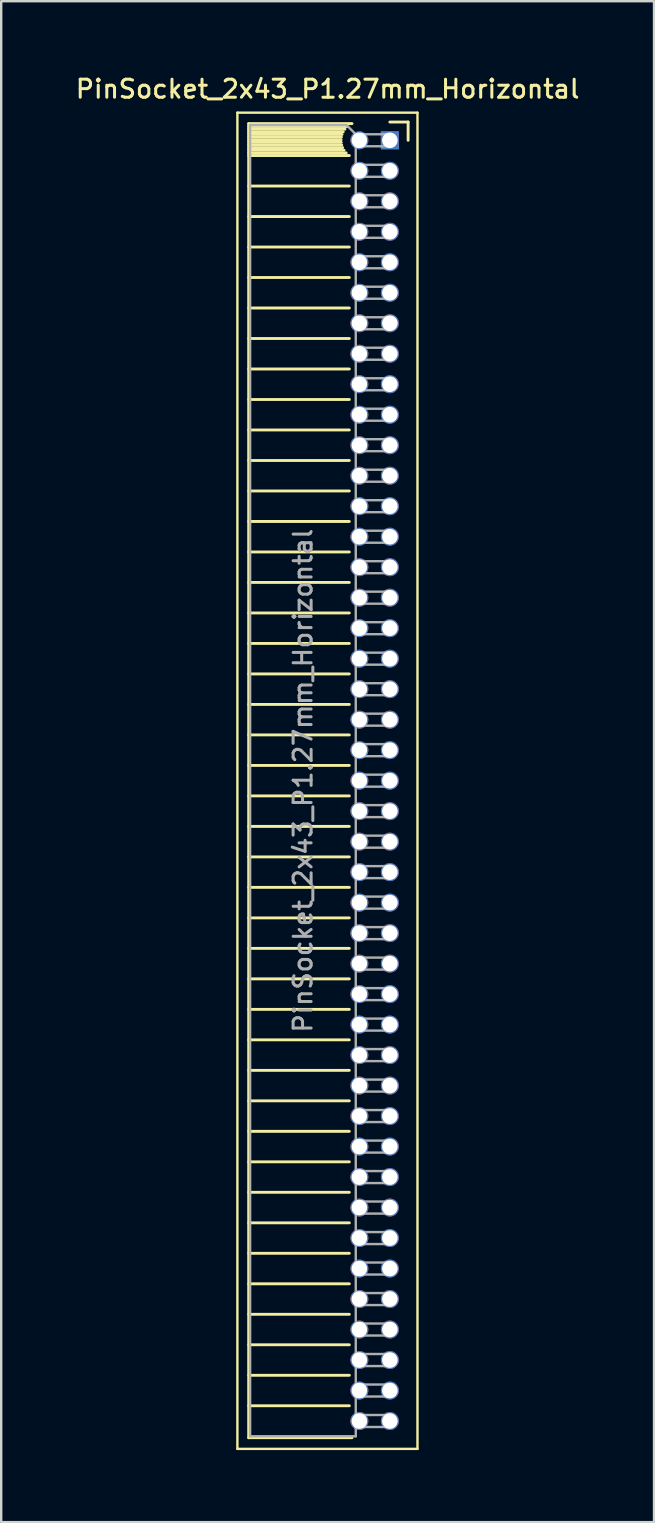
<source format=kicad_pcb>
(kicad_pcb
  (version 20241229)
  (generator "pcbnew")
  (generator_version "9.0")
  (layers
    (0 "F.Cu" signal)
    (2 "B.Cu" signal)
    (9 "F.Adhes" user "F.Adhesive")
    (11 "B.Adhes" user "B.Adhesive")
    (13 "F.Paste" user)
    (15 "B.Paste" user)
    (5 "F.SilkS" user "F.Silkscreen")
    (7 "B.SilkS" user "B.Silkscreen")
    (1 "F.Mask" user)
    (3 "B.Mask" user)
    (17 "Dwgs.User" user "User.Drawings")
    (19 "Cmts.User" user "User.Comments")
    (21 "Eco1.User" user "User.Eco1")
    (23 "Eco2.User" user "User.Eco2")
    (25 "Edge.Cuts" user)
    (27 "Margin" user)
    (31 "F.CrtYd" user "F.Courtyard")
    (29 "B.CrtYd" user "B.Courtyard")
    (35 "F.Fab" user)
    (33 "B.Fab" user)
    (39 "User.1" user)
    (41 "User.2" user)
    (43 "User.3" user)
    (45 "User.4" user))
  (footprint "PinSocket_2x43_P1.27mm_Horizontal"
    (layer "F.Cu")
    (at 13.187 2.793)
    (property "Reference" "PinSocket_2x43_P1.27mm_Horizontal" (at -2.592 -2.135 0) (layer "F.SilkS") (effects (font (size 0.75 0.75) (thickness 0.125))))
    (attr through_hole)
    (fp_line (start -6.35 -1.15) (end -6.35 54.5) (stroke (width 0.1) (type solid)) (layer "F.SilkS"))
    (fp_line (start -6.35 54.5) (end 1.15 54.5) (stroke (width 0.1) (type solid)) (layer "F.SilkS"))
    (fp_line (start -5.88 -0.695) (end -5.88 54.035) (stroke (width 0.12) (type solid)) (layer "F.SilkS"))
    (fp_line (start -5.88 -0.695) (end -1.578 -0.695) (stroke (width 0.12) (type solid)) (layer "F.SilkS"))
    (fp_line (start -5.88 -0.575) (end -1.767 -0.575) (stroke (width 0.12) (type solid)) (layer "F.SilkS"))
    (fp_line (start -5.88 -0.465) (end -1.871 -0.465) (stroke (width 0.12) (type solid)) (layer "F.SilkS"))
    (fp_line (start -5.88 -0.355) (end -1.942 -0.355) (stroke (width 0.12) (type solid)) (layer "F.SilkS"))
    (fp_line (start -5.88 -0.245) (end -1.989 -0.245) (stroke (width 0.12) (type solid)) (layer "F.SilkS"))
    (fp_line (start -5.88 -0.135) (end -2.018 -0.135) (stroke (width 0.12) (type solid)) (layer "F.SilkS"))
    (fp_line (start -5.88 -0.025) (end -2.03 -0.025) (stroke (width 0.12) (type solid)) (layer "F.SilkS"))
    (fp_line (start -5.88 0.085) (end -2.025 0.085) (stroke (width 0.12) (type solid)) (layer "F.SilkS"))
    (fp_line (start -5.88 0.195) (end -2.005 0.195) (stroke (width 0.12) (type solid)) (layer "F.SilkS"))
    (fp_line (start -5.88 0.305) (end -1.966 0.305) (stroke (width 0.12) (type solid)) (layer "F.SilkS"))
    (fp_line (start -5.88 0.415) (end -1.907 0.415) (stroke (width 0.12) (type solid)) (layer "F.SilkS"))
    (fp_line (start -5.88 0.525) (end -1.82 0.525) (stroke (width 0.12) (type solid)) (layer "F.SilkS"))
    (fp_line (start -5.88 0.635) (end -1.688 0.635) (stroke (width 0.12) (type solid)) (layer "F.SilkS"))
    (fp_line (start -5.88 1.905) (end -1.688 1.905) (stroke (width 0.12) (type solid)) (layer "F.SilkS"))
    (fp_line (start -5.88 3.175) (end -1.688 3.175) (stroke (width 0.12) (type solid)) (layer "F.SilkS"))
    (fp_line (start -5.88 4.445) (end -1.688 4.445) (stroke (width 0.12) (type solid)) (layer "F.SilkS"))
    (fp_line (start -5.88 5.715) (end -1.688 5.715) (stroke (width 0.12) (type solid)) (layer "F.SilkS"))
    (fp_line (start -5.88 6.985) (end -1.688 6.985) (stroke (width 0.12) (type solid)) (layer "F.SilkS"))
    (fp_line (start -5.88 8.255) (end -1.688 8.255) (stroke (width 0.12) (type solid)) (layer "F.SilkS"))
    (fp_line (start -5.88 9.525) (end -1.688 9.525) (stroke (width 0.12) (type solid)) (layer "F.SilkS"))
    (fp_line (start -5.88 10.795) (end -1.688 10.795) (stroke (width 0.12) (type solid)) (layer "F.SilkS"))
    (fp_line (start -5.88 12.065) (end -1.688 12.065) (stroke (width 0.12) (type solid)) (layer "F.SilkS"))
    (fp_line (start -5.88 13.335) (end -1.688 13.335) (stroke (width 0.12) (type solid)) (layer "F.SilkS"))
    (fp_line (start -5.88 14.605) (end -1.688 14.605) (stroke (width 0.12) (type solid)) (layer "F.SilkS"))
    (fp_line (start -5.88 15.875) (end -1.688 15.875) (stroke (width 0.12) (type solid)) (layer "F.SilkS"))
    (fp_line (start -5.88 17.145) (end -1.688 17.145) (stroke (width 0.12) (type solid)) (layer "F.SilkS"))
    (fp_line (start -5.88 18.415) (end -1.688 18.415) (stroke (width 0.12) (type solid)) (layer "F.SilkS"))
    (fp_line (start -5.88 19.685) (end -1.688 19.685) (stroke (width 0.12) (type solid)) (layer "F.SilkS"))
    (fp_line (start -5.88 20.955) (end -1.688 20.955) (stroke (width 0.12) (type solid)) (layer "F.SilkS"))
    (fp_line (start -5.88 22.225) (end -1.688 22.225) (stroke (width 0.12) (type solid)) (layer "F.SilkS"))
    (fp_line (start -5.88 23.495) (end -1.688 23.495) (stroke (width 0.12) (type solid)) (layer "F.SilkS"))
    (fp_line (start -5.88 24.765) (end -1.688 24.765) (stroke (width 0.12) (type solid)) (layer "F.SilkS"))
    (fp_line (start -5.88 26.035) (end -1.688 26.035) (stroke (width 0.12) (type solid)) (layer "F.SilkS"))
    (fp_line (start -5.88 27.305) (end -1.688 27.305) (stroke (width 0.12) (type solid)) (layer "F.SilkS"))
    (fp_line (start -5.88 28.575) (end -1.688 28.575) (stroke (width 0.12) (type solid)) (layer "F.SilkS"))
    (fp_line (start -5.88 29.845) (end -1.688 29.845) (stroke (width 0.12) (type solid)) (layer "F.SilkS"))
    (fp_line (start -5.88 31.115) (end -1.688 31.115) (stroke (width 0.12) (type solid)) (layer "F.SilkS"))
    (fp_line (start -5.88 32.385) (end -1.688 32.385) (stroke (width 0.12) (type solid)) (layer "F.SilkS"))
    (fp_line (start -5.88 33.655) (end -1.688 33.655) (stroke (width 0.12) (type solid)) (layer "F.SilkS"))
    (fp_line (start -5.88 34.925) (end -1.688 34.925) (stroke (width 0.12) (type solid)) (layer "F.SilkS"))
    (fp_line (start -5.88 36.195) (end -1.688 36.195) (stroke (width 0.12) (type solid)) (layer "F.SilkS"))
    (fp_line (start -5.88 37.465) (end -1.688 37.465) (stroke (width 0.12) (type solid)) (layer "F.SilkS"))
    (fp_line (start -5.88 38.735) (end -1.688 38.735) (stroke (width 0.12) (type solid)) (layer "F.SilkS"))
    (fp_line (start -5.88 40.005) (end -1.688 40.005) (stroke (width 0.12) (type solid)) (layer "F.SilkS"))
    (fp_line (start -5.88 41.275) (end -1.688 41.275) (stroke (width 0.12) (type solid)) (layer "F.SilkS"))
    (fp_line (start -5.88 42.545) (end -1.688 42.545) (stroke (width 0.12) (type solid)) (layer "F.SilkS"))
    (fp_line (start -5.88 43.815) (end -1.688 43.815) (stroke (width 0.12) (type solid)) (layer "F.SilkS"))
    (fp_line (start -5.88 45.085) (end -1.688 45.085) (stroke (width 0.12) (type solid)) (layer "F.SilkS"))
    (fp_line (start -5.88 46.355) (end -1.688 46.355) (stroke (width 0.12) (type solid)) (layer "F.SilkS"))
    (fp_line (start -5.88 47.625) (end -1.688 47.625) (stroke (width 0.12) (type solid)) (layer "F.SilkS"))
    (fp_line (start -5.88 48.895) (end -1.688 48.895) (stroke (width 0.12) (type solid)) (layer "F.SilkS"))
    (fp_line (start -5.88 50.165) (end -1.688 50.165) (stroke (width 0.12) (type solid)) (layer "F.SilkS"))
    (fp_line (start -5.88 51.435) (end -1.688 51.435) (stroke (width 0.12) (type solid)) (layer "F.SilkS"))
    (fp_line (start -5.88 52.705) (end -1.688 52.705) (stroke (width 0.12) (type solid)) (layer "F.SilkS"))
    (fp_line (start -5.88 54.035) (end -1.578 54.035) (stroke (width 0.12) (type solid)) (layer "F.SilkS"))
    (fp_line (start 0 -0.76) (end 0.76 -0.76) (stroke (width 0.12) (type solid)) (layer "F.SilkS"))
    (fp_line (start 0.76 -0.76) (end 0.76 0) (stroke (width 0.12) (type solid)) (layer "F.SilkS"))
    (fp_line (start 1.15 -1.15) (end -6.35 -1.15) (stroke (width 0.1) (type solid)) (layer "F.SilkS"))
    (fp_line (start 1.15 54.5) (end 1.15 -1.15) (stroke (width 0.1) (type solid)) (layer "F.SilkS"))
    (fp_line (start -5.82 -0.635) (end -1.805 -0.635) (stroke (width 0.1) (type solid)) (layer "F.Fab"))
    (fp_line (start -5.82 53.975) (end -5.82 -0.635) (stroke (width 0.1) (type solid)) (layer "F.Fab"))
    (fp_line (start -1.805 -0.635) (end -1.42 -0.25) (stroke (width 0.1) (type solid)) (layer "F.Fab"))
    (fp_line (start -1.42 -0.25) (end -1.42 53.975) (stroke (width 0.1) (type solid)) (layer "F.Fab"))
    (fp_line (start -1.42 0.25) (end 0 0.25) (stroke (width 0.1) (type solid)) (layer "F.Fab"))
    (fp_line (start -1.42 1.52) (end 0 1.52) (stroke (width 0.1) (type solid)) (layer "F.Fab"))
    (fp_line (start -1.42 2.79) (end 0 2.79) (stroke (width 0.1) (type solid)) (layer "F.Fab"))
    (fp_line (start -1.42 4.06) (end 0 4.06) (stroke (width 0.1) (type solid)) (layer "F.Fab"))
    (fp_line (start -1.42 5.33) (end 0 5.33) (stroke (width 0.1) (type solid)) (layer "F.Fab"))
    (fp_line (start -1.42 6.6) (end 0 6.6) (stroke (width 0.1) (type solid)) (layer "F.Fab"))
    (fp_line (start -1.42 7.87) (end 0 7.87) (stroke (width 0.1) (type solid)) (layer "F.Fab"))
    (fp_line (start -1.42 9.14) (end 0 9.14) (stroke (width 0.1) (type solid)) (layer "F.Fab"))
    (fp_line (start -1.42 10.41) (end 0 10.41) (stroke (width 0.1) (type solid)) (layer "F.Fab"))
    (fp_line (start -1.42 11.68) (end 0 11.68) (stroke (width 0.1) (type solid)) (layer "F.Fab"))
    (fp_line (start -1.42 12.95) (end 0 12.95) (stroke (width 0.1) (type solid)) (layer "F.Fab"))
    (fp_line (start -1.42 14.22) (end 0 14.22) (stroke (width 0.1) (type solid)) (layer "F.Fab"))
    (fp_line (start -1.42 15.49) (end 0 15.49) (stroke (width 0.1) (type solid)) (layer "F.Fab"))
    (fp_line (start -1.42 16.76) (end 0 16.76) (stroke (width 0.1) (type solid)) (layer "F.Fab"))
    (fp_line (start -1.42 18.03) (end 0 18.03) (stroke (width 0.1) (type solid)) (layer "F.Fab"))
    (fp_line (start -1.42 19.3) (end 0 19.3) (stroke (width 0.1) (type solid)) (layer "F.Fab"))
    (fp_line (start -1.42 20.57) (end 0 20.57) (stroke (width 0.1) (type solid)) (layer "F.Fab"))
    (fp_line (start -1.42 21.84) (end 0 21.84) (stroke (width 0.1) (type solid)) (layer "F.Fab"))
    (fp_line (start -1.42 23.11) (end 0 23.11) (stroke (width 0.1) (type solid)) (layer "F.Fab"))
    (fp_line (start -1.42 24.38) (end 0 24.38) (stroke (width 0.1) (type solid)) (layer "F.Fab"))
    (fp_line (start -1.42 25.65) (end 0 25.65) (stroke (width 0.1) (type solid)) (layer "F.Fab"))
    (fp_line (start -1.42 26.92) (end 0 26.92) (stroke (width 0.1) (type solid)) (layer "F.Fab"))
    (fp_line (start -1.42 28.19) (end 0 28.19) (stroke (width 0.1) (type solid)) (layer "F.Fab"))
    (fp_line (start -1.42 29.46) (end 0 29.46) (stroke (width 0.1) (type solid)) (layer "F.Fab"))
    (fp_line (start -1.42 30.73) (end 0 30.73) (stroke (width 0.1) (type solid)) (layer "F.Fab"))
    (fp_line (start -1.42 32) (end 0 32) (stroke (width 0.1) (type solid)) (layer "F.Fab"))
    (fp_line (start -1.42 33.27) (end 0 33.27) (stroke (width 0.1) (type solid)) (layer "F.Fab"))
    (fp_line (start -1.42 34.54) (end 0 34.54) (stroke (width 0.1) (type solid)) (layer "F.Fab"))
    (fp_line (start -1.42 35.81) (end 0 35.81) (stroke (width 0.1) (type solid)) (layer "F.Fab"))
    (fp_line (start -1.42 37.08) (end 0 37.08) (stroke (width 0.1) (type solid)) (layer "F.Fab"))
    (fp_line (start -1.42 38.35) (end 0 38.35) (stroke (width 0.1) (type solid)) (layer "F.Fab"))
    (fp_line (start -1.42 39.62) (end 0 39.62) (stroke (width 0.1) (type solid)) (layer "F.Fab"))
    (fp_line (start -1.42 40.89) (end 0 40.89) (stroke (width 0.1) (type solid)) (layer "F.Fab"))
    (fp_line (start -1.42 42.16) (end 0 42.16) (stroke (width 0.1) (type solid)) (layer "F.Fab"))
    (fp_line (start -1.42 43.43) (end 0 43.43) (stroke (width 0.1) (type solid)) (layer "F.Fab"))
    (fp_line (start -1.42 44.7) (end 0 44.7) (stroke (width 0.1) (type solid)) (layer "F.Fab"))
    (fp_line (start -1.42 45.97) (end 0 45.97) (stroke (width 0.1) (type solid)) (layer "F.Fab"))
    (fp_line (start -1.42 47.24) (end 0 47.24) (stroke (width 0.1) (type solid)) (layer "F.Fab"))
    (fp_line (start -1.42 48.51) (end 0 48.51) (stroke (width 0.1) (type solid)) (layer "F.Fab"))
    (fp_line (start -1.42 49.78) (end 0 49.78) (stroke (width 0.1) (type solid)) (layer "F.Fab"))
    (fp_line (start -1.42 51.05) (end 0 51.05) (stroke (width 0.1) (type solid)) (layer "F.Fab"))
    (fp_line (start -1.42 52.32) (end 0 52.32) (stroke (width 0.1) (type solid)) (layer "F.Fab"))
    (fp_line (start -1.42 53.59) (end 0 53.59) (stroke (width 0.1) (type solid)) (layer "F.Fab"))
    (fp_line (start -1.42 53.975) (end -5.82 53.975) (stroke (width 0.1) (type solid)) (layer "F.Fab"))
    (fp_line (start 0 -0.25) (end -1.42 -0.25) (stroke (width 0.1) (type solid)) (layer "F.Fab"))
    (fp_line (start 0 0.25) (end 0 -0.25) (stroke (width 0.1) (type solid)) (layer "F.Fab"))
    (fp_line (start 0 1.02) (end -1.42 1.02) (stroke (width 0.1) (type solid)) (layer "F.Fab"))
    (fp_line (start 0 1.52) (end 0 1.02) (stroke (width 0.1) (type solid)) (layer "F.Fab"))
    (fp_line (start 0 2.29) (end -1.42 2.29) (stroke (width 0.1) (type solid)) (layer "F.Fab"))
    (fp_line (start 0 2.79) (end 0 2.29) (stroke (width 0.1) (type solid)) (layer "F.Fab"))
    (fp_line (start 0 3.56) (end -1.42 3.56) (stroke (width 0.1) (type solid)) (layer "F.Fab"))
    (fp_line (start 0 4.06) (end 0 3.56) (stroke (width 0.1) (type solid)) (layer "F.Fab"))
    (fp_line (start 0 4.83) (end -1.42 4.83) (stroke (width 0.1) (type solid)) (layer "F.Fab"))
    (fp_line (start 0 5.33) (end 0 4.83) (stroke (width 0.1) (type solid)) (layer "F.Fab"))
    (fp_line (start 0 6.1) (end -1.42 6.1) (stroke (width 0.1) (type solid)) (layer "F.Fab"))
    (fp_line (start 0 6.6) (end 0 6.1) (stroke (width 0.1) (type solid)) (layer "F.Fab"))
    (fp_line (start 0 7.37) (end -1.42 7.37) (stroke (width 0.1) (type solid)) (layer "F.Fab"))
    (fp_line (start 0 7.87) (end 0 7.37) (stroke (width 0.1) (type solid)) (layer "F.Fab"))
    (fp_line (start 0 8.64) (end -1.42 8.64) (stroke (width 0.1) (type solid)) (layer "F.Fab"))
    (fp_line (start 0 9.14) (end 0 8.64) (stroke (width 0.1) (type solid)) (layer "F.Fab"))
    (fp_line (start 0 9.91) (end -1.42 9.91) (stroke (width 0.1) (type solid)) (layer "F.Fab"))
    (fp_line (start 0 10.41) (end 0 9.91) (stroke (width 0.1) (type solid)) (layer "F.Fab"))
    (fp_line (start 0 11.18) (end -1.42 11.18) (stroke (width 0.1) (type solid)) (layer "F.Fab"))
    (fp_line (start 0 11.68) (end 0 11.18) (stroke (width 0.1) (type solid)) (layer "F.Fab"))
    (fp_line (start 0 12.45) (end -1.42 12.45) (stroke (width 0.1) (type solid)) (layer "F.Fab"))
    (fp_line (start 0 12.95) (end 0 12.45) (stroke (width 0.1) (type solid)) (layer "F.Fab"))
    (fp_line (start 0 13.72) (end -1.42 13.72) (stroke (width 0.1) (type solid)) (layer "F.Fab"))
    (fp_line (start 0 14.22) (end 0 13.72) (stroke (width 0.1) (type solid)) (layer "F.Fab"))
    (fp_line (start 0 14.99) (end -1.42 14.99) (stroke (width 0.1) (type solid)) (layer "F.Fab"))
    (fp_line (start 0 15.49) (end 0 14.99) (stroke (width 0.1) (type solid)) (layer "F.Fab"))
    (fp_line (start 0 16.26) (end -1.42 16.26) (stroke (width 0.1) (type solid)) (layer "F.Fab"))
    (fp_line (start 0 16.76) (end 0 16.26) (stroke (width 0.1) (type solid)) (layer "F.Fab"))
    (fp_line (start 0 17.53) (end -1.42 17.53) (stroke (width 0.1) (type solid)) (layer "F.Fab"))
    (fp_line (start 0 18.03) (end 0 17.53) (stroke (width 0.1) (type solid)) (layer "F.Fab"))
    (fp_line (start 0 18.8) (end -1.42 18.8) (stroke (width 0.1) (type solid)) (layer "F.Fab"))
    (fp_line (start 0 19.3) (end 0 18.8) (stroke (width 0.1) (type solid)) (layer "F.Fab"))
    (fp_line (start 0 20.07) (end -1.42 20.07) (stroke (width 0.1) (type solid)) (layer "F.Fab"))
    (fp_line (start 0 20.57) (end 0 20.07) (stroke (width 0.1) (type solid)) (layer "F.Fab"))
    (fp_line (start 0 21.34) (end -1.42 21.34) (stroke (width 0.1) (type solid)) (layer "F.Fab"))
    (fp_line (start 0 21.84) (end 0 21.34) (stroke (width 0.1) (type solid)) (layer "F.Fab"))
    (fp_line (start 0 22.61) (end -1.42 22.61) (stroke (width 0.1) (type solid)) (layer "F.Fab"))
    (fp_line (start 0 23.11) (end 0 22.61) (stroke (width 0.1) (type solid)) (layer "F.Fab"))
    (fp_line (start 0 23.88) (end -1.42 23.88) (stroke (width 0.1) (type solid)) (layer "F.Fab"))
    (fp_line (start 0 24.38) (end 0 23.88) (stroke (width 0.1) (type solid)) (layer "F.Fab"))
    (fp_line (start 0 25.15) (end -1.42 25.15) (stroke (width 0.1) (type solid)) (layer "F.Fab"))
    (fp_line (start 0 25.65) (end 0 25.15) (stroke (width 0.1) (type solid)) (layer "F.Fab"))
    (fp_line (start 0 26.42) (end -1.42 26.42) (stroke (width 0.1) (type solid)) (layer "F.Fab"))
    (fp_line (start 0 26.92) (end 0 26.42) (stroke (width 0.1) (type solid)) (layer "F.Fab"))
    (fp_line (start 0 27.69) (end -1.42 27.69) (stroke (width 0.1) (type solid)) (layer "F.Fab"))
    (fp_line (start 0 28.19) (end 0 27.69) (stroke (width 0.1) (type solid)) (layer "F.Fab"))
    (fp_line (start 0 28.96) (end -1.42 28.96) (stroke (width 0.1) (type solid)) (layer "F.Fab"))
    (fp_line (start 0 29.46) (end 0 28.96) (stroke (width 0.1) (type solid)) (layer "F.Fab"))
    (fp_line (start 0 30.23) (end -1.42 30.23) (stroke (width 0.1) (type solid)) (layer "F.Fab"))
    (fp_line (start 0 30.73) (end 0 30.23) (stroke (width 0.1) (type solid)) (layer "F.Fab"))
    (fp_line (start 0 31.5) (end -1.42 31.5) (stroke (width 0.1) (type solid)) (layer "F.Fab"))
    (fp_line (start 0 32) (end 0 31.5) (stroke (width 0.1) (type solid)) (layer "F.Fab"))
    (fp_line (start 0 32.77) (end -1.42 32.77) (stroke (width 0.1) (type solid)) (layer "F.Fab"))
    (fp_line (start 0 33.27) (end 0 32.77) (stroke (width 0.1) (type solid)) (layer "F.Fab"))
    (fp_line (start 0 34.04) (end -1.42 34.04) (stroke (width 0.1) (type solid)) (layer "F.Fab"))
    (fp_line (start 0 34.54) (end 0 34.04) (stroke (width 0.1) (type solid)) (layer "F.Fab"))
    (fp_line (start 0 35.31) (end -1.42 35.31) (stroke (width 0.1) (type solid)) (layer "F.Fab"))
    (fp_line (start 0 35.81) (end 0 35.31) (stroke (width 0.1) (type solid)) (layer "F.Fab"))
    (fp_line (start 0 36.58) (end -1.42 36.58) (stroke (width 0.1) (type solid)) (layer "F.Fab"))
    (fp_line (start 0 37.08) (end 0 36.58) (stroke (width 0.1) (type solid)) (layer "F.Fab"))
    (fp_line (start 0 37.85) (end -1.42 37.85) (stroke (width 0.1) (type solid)) (layer "F.Fab"))
    (fp_line (start 0 38.35) (end 0 37.85) (stroke (width 0.1) (type solid)) (layer "F.Fab"))
    (fp_line (start 0 39.12) (end -1.42 39.12) (stroke (width 0.1) (type solid)) (layer "F.Fab"))
    (fp_line (start 0 39.62) (end 0 39.12) (stroke (width 0.1) (type solid)) (layer "F.Fab"))
    (fp_line (start 0 40.39) (end -1.42 40.39) (stroke (width 0.1) (type solid)) (layer "F.Fab"))
    (fp_line (start 0 40.89) (end 0 40.39) (stroke (width 0.1) (type solid)) (layer "F.Fab"))
    (fp_line (start 0 41.66) (end -1.42 41.66) (stroke (width 0.1) (type solid)) (layer "F.Fab"))
    (fp_line (start 0 42.16) (end 0 41.66) (stroke (width 0.1) (type solid)) (layer "F.Fab"))
    (fp_line (start 0 42.93) (end -1.42 42.93) (stroke (width 0.1) (type solid)) (layer "F.Fab"))
    (fp_line (start 0 43.43) (end 0 42.93) (stroke (width 0.1) (type solid)) (layer "F.Fab"))
    (fp_line (start 0 44.2) (end -1.42 44.2) (stroke (width 0.1) (type solid)) (layer "F.Fab"))
    (fp_line (start 0 44.7) (end 0 44.2) (stroke (width 0.1) (type solid)) (layer "F.Fab"))
    (fp_line (start 0 45.47) (end -1.42 45.47) (stroke (width 0.1) (type solid)) (layer "F.Fab"))
    (fp_line (start 0 45.97) (end 0 45.47) (stroke (width 0.1) (type solid)) (layer "F.Fab"))
    (fp_line (start 0 46.74) (end -1.42 46.74) (stroke (width 0.1) (type solid)) (layer "F.Fab"))
    (fp_line (start 0 47.24) (end 0 46.74) (stroke (width 0.1) (type solid)) (layer "F.Fab"))
    (fp_line (start 0 48.01) (end -1.42 48.01) (stroke (width 0.1) (type solid)) (layer "F.Fab"))
    (fp_line (start 0 48.51) (end 0 48.01) (stroke (width 0.1) (type solid)) (layer "F.Fab"))
    (fp_line (start 0 49.28) (end -1.42 49.28) (stroke (width 0.1) (type solid)) (layer "F.Fab"))
    (fp_line (start 0 49.78) (end 0 49.28) (stroke (width 0.1) (type solid)) (layer "F.Fab"))
    (fp_line (start 0 50.55) (end -1.42 50.55) (stroke (width 0.1) (type solid)) (layer "F.Fab"))
    (fp_line (start 0 51.05) (end 0 50.55) (stroke (width 0.1) (type solid)) (layer "F.Fab"))
    (fp_line (start 0 51.82) (end -1.42 51.82) (stroke (width 0.1) (type solid)) (layer "F.Fab"))
    (fp_line (start 0 52.32) (end 0 51.82) (stroke (width 0.1) (type solid)) (layer "F.Fab"))
    (fp_line (start 0 53.09) (end -1.42 53.09) (stroke (width 0.1) (type solid)) (layer "F.Fab"))
    (fp_line (start 0 53.59) (end 0 53.09) (stroke (width 0.1) (type solid)) (layer "F.Fab"))
    (fp_text user "${REFERENCE}" (at -3.62 26.67 90) (layer "F.Fab") (effects (font (size 0.75 0.75) (thickness 0.125))))
    (pad "1" thru_hole rect (at 0 0) (size 0.75 0.75) (drill 0.65) (layers "*.Cu" "*.Mask"))
    (pad "2" thru_hole oval (at -1.27 0) (size 0.75 0.75) (drill 0.65) (layers "*.Cu" "*.Mask"))
    (pad "3" thru_hole oval (at 0 1.27) (size 0.75 0.75) (drill 0.65) (layers "*.Cu" "*.Mask"))
    (pad "4" thru_hole oval (at -1.27 1.27) (size 0.75 0.75) (drill 0.65) (layers "*.Cu" "*.Mask"))
    (pad "5" thru_hole oval (at 0 2.54) (size 0.75 0.75) (drill 0.65) (layers "*.Cu" "*.Mask"))
    (pad "6" thru_hole oval (at -1.27 2.54) (size 0.75 0.75) (drill 0.65) (layers "*.Cu" "*.Mask"))
    (pad "7" thru_hole oval (at 0 3.81) (size 0.75 0.75) (drill 0.65) (layers "*.Cu" "*.Mask"))
    (pad "8" thru_hole oval (at -1.27 3.81) (size 0.75 0.75) (drill 0.65) (layers "*.Cu" "*.Mask"))
    (pad "9" thru_hole oval (at 0 5.08) (size 0.75 0.75) (drill 0.65) (layers "*.Cu" "*.Mask"))
    (pad "10" thru_hole oval (at -1.27 5.08) (size 0.75 0.75) (drill 0.65) (layers "*.Cu" "*.Mask"))
    (pad "11" thru_hole oval (at 0 6.35) (size 0.75 0.75) (drill 0.65) (layers "*.Cu" "*.Mask"))
    (pad "12" thru_hole oval (at -1.27 6.35) (size 0.75 0.75) (drill 0.65) (layers "*.Cu" "*.Mask"))
    (pad "13" thru_hole oval (at 0 7.62) (size 0.75 0.75) (drill 0.65) (layers "*.Cu" "*.Mask"))
    (pad "14" thru_hole oval (at -1.27 7.62) (size 0.75 0.75) (drill 0.65) (layers "*.Cu" "*.Mask"))
    (pad "15" thru_hole oval (at 0 8.89) (size 0.75 0.75) (drill 0.65) (layers "*.Cu" "*.Mask"))
    (pad "16" thru_hole oval (at -1.27 8.89) (size 0.75 0.75) (drill 0.65) (layers "*.Cu" "*.Mask"))
    (pad "17" thru_hole oval (at 0 10.16) (size 0.75 0.75) (drill 0.65) (layers "*.Cu" "*.Mask"))
    (pad "18" thru_hole oval (at -1.27 10.16) (size 0.75 0.75) (drill 0.65) (layers "*.Cu" "*.Mask"))
    (pad "19" thru_hole oval (at 0 11.43) (size 0.75 0.75) (drill 0.65) (layers "*.Cu" "*.Mask"))
    (pad "20" thru_hole oval (at -1.27 11.43) (size 0.75 0.75) (drill 0.65) (layers "*.Cu" "*.Mask"))
    (pad "21" thru_hole oval (at 0 12.7) (size 0.75 0.75) (drill 0.65) (layers "*.Cu" "*.Mask"))
    (pad "22" thru_hole oval (at -1.27 12.7) (size 0.75 0.75) (drill 0.65) (layers "*.Cu" "*.Mask"))
    (pad "23" thru_hole oval (at 0 13.97) (size 0.75 0.75) (drill 0.65) (layers "*.Cu" "*.Mask"))
    (pad "24" thru_hole oval (at -1.27 13.97) (size 0.75 0.75) (drill 0.65) (layers "*.Cu" "*.Mask"))
    (pad "25" thru_hole oval (at 0 15.24) (size 0.75 0.75) (drill 0.65) (layers "*.Cu" "*.Mask"))
    (pad "26" thru_hole oval (at -1.27 15.24) (size 0.75 0.75) (drill 0.65) (layers "*.Cu" "*.Mask"))
    (pad "27" thru_hole oval (at 0 16.51) (size 0.75 0.75) (drill 0.65) (layers "*.Cu" "*.Mask"))
    (pad "28" thru_hole oval (at -1.27 16.51) (size 0.75 0.75) (drill 0.65) (layers "*.Cu" "*.Mask"))
    (pad "29" thru_hole oval (at 0 17.78) (size 0.75 0.75) (drill 0.65) (layers "*.Cu" "*.Mask"))
    (pad "30" thru_hole oval (at -1.27 17.78) (size 0.75 0.75) (drill 0.65) (layers "*.Cu" "*.Mask"))
    (pad "31" thru_hole oval (at 0 19.05) (size 0.75 0.75) (drill 0.65) (layers "*.Cu" "*.Mask"))
    (pad "32" thru_hole oval (at -1.27 19.05) (size 0.75 0.75) (drill 0.65) (layers "*.Cu" "*.Mask"))
    (pad "33" thru_hole oval (at 0 20.32) (size 0.75 0.75) (drill 0.65) (layers "*.Cu" "*.Mask"))
    (pad "34" thru_hole oval (at -1.27 20.32) (size 0.75 0.75) (drill 0.65) (layers "*.Cu" "*.Mask"))
    (pad "35" thru_hole oval (at 0 21.59) (size 0.75 0.75) (drill 0.65) (layers "*.Cu" "*.Mask"))
    (pad "36" thru_hole oval (at -1.27 21.59) (size 0.75 0.75) (drill 0.65) (layers "*.Cu" "*.Mask"))
    (pad "37" thru_hole oval (at 0 22.86) (size 0.75 0.75) (drill 0.65) (layers "*.Cu" "*.Mask"))
    (pad "38" thru_hole oval (at -1.27 22.86) (size 0.75 0.75) (drill 0.65) (layers "*.Cu" "*.Mask"))
    (pad "39" thru_hole oval (at 0 24.13) (size 0.75 0.75) (drill 0.65) (layers "*.Cu" "*.Mask"))
    (pad "40" thru_hole oval (at -1.27 24.13) (size 0.75 0.75) (drill 0.65) (layers "*.Cu" "*.Mask"))
    (pad "41" thru_hole oval (at 0 25.4) (size 0.75 0.75) (drill 0.65) (layers "*.Cu" "*.Mask"))
    (pad "42" thru_hole oval (at -1.27 25.4) (size 0.75 0.75) (drill 0.65) (layers "*.Cu" "*.Mask"))
    (pad "43" thru_hole oval (at 0 26.67) (size 0.75 0.75) (drill 0.65) (layers "*.Cu" "*.Mask"))
    (pad "44" thru_hole oval (at -1.27 26.67) (size 0.75 0.75) (drill 0.65) (layers "*.Cu" "*.Mask"))
    (pad "45" thru_hole oval (at 0 27.94) (size 0.75 0.75) (drill 0.65) (layers "*.Cu" "*.Mask"))
    (pad "46" thru_hole oval (at -1.27 27.94) (size 0.75 0.75) (drill 0.65) (layers "*.Cu" "*.Mask"))
    (pad "47" thru_hole oval (at 0 29.21) (size 0.75 0.75) (drill 0.65) (layers "*.Cu" "*.Mask"))
    (pad "48" thru_hole oval (at -1.27 29.21) (size 0.75 0.75) (drill 0.65) (layers "*.Cu" "*.Mask"))
    (pad "49" thru_hole oval (at 0 30.48) (size 0.75 0.75) (drill 0.65) (layers "*.Cu" "*.Mask"))
    (pad "50" thru_hole oval (at -1.27 30.48) (size 0.75 0.75) (drill 0.65) (layers "*.Cu" "*.Mask"))
    (pad "51" thru_hole oval (at 0 31.75) (size 0.75 0.75) (drill 0.65) (layers "*.Cu" "*.Mask"))
    (pad "52" thru_hole oval (at -1.27 31.75) (size 0.75 0.75) (drill 0.65) (layers "*.Cu" "*.Mask"))
    (pad "53" thru_hole oval (at 0 33.02) (size 0.75 0.75) (drill 0.65) (layers "*.Cu" "*.Mask"))
    (pad "54" thru_hole oval (at -1.27 33.02) (size 0.75 0.75) (drill 0.65) (layers "*.Cu" "*.Mask"))
    (pad "55" thru_hole oval (at 0 34.29) (size 0.75 0.75) (drill 0.65) (layers "*.Cu" "*.Mask"))
    (pad "56" thru_hole oval (at -1.27 34.29) (size 0.75 0.75) (drill 0.65) (layers "*.Cu" "*.Mask"))
    (pad "57" thru_hole oval (at 0 35.56) (size 0.75 0.75) (drill 0.65) (layers "*.Cu" "*.Mask"))
    (pad "58" thru_hole oval (at -1.27 35.56) (size 0.75 0.75) (drill 0.65) (layers "*.Cu" "*.Mask"))
    (pad "59" thru_hole oval (at 0 36.83) (size 0.75 0.75) (drill 0.65) (layers "*.Cu" "*.Mask"))
    (pad "60" thru_hole oval (at -1.27 36.83) (size 0.75 0.75) (drill 0.65) (layers "*.Cu" "*.Mask"))
    (pad "61" thru_hole oval (at 0 38.1) (size 0.75 0.75) (drill 0.65) (layers "*.Cu" "*.Mask"))
    (pad "62" thru_hole oval (at -1.27 38.1) (size 0.75 0.75) (drill 0.65) (layers "*.Cu" "*.Mask"))
    (pad "63" thru_hole oval (at 0 39.37) (size 0.75 0.75) (drill 0.65) (layers "*.Cu" "*.Mask"))
    (pad "64" thru_hole oval (at -1.27 39.37) (size 0.75 0.75) (drill 0.65) (layers "*.Cu" "*.Mask"))
    (pad "65" thru_hole oval (at 0 40.64) (size 0.75 0.75) (drill 0.65) (layers "*.Cu" "*.Mask"))
    (pad "66" thru_hole oval (at -1.27 40.64) (size 0.75 0.75) (drill 0.65) (layers "*.Cu" "*.Mask"))
    (pad "67" thru_hole oval (at 0 41.91) (size 0.75 0.75) (drill 0.65) (layers "*.Cu" "*.Mask"))
    (pad "68" thru_hole oval (at -1.27 41.91) (size 0.75 0.75) (drill 0.65) (layers "*.Cu" "*.Mask"))
    (pad "69" thru_hole oval (at 0 43.18) (size 0.75 0.75) (drill 0.65) (layers "*.Cu" "*.Mask"))
    (pad "70" thru_hole oval (at -1.27 43.18) (size 0.75 0.75) (drill 0.65) (layers "*.Cu" "*.Mask"))
    (pad "71" thru_hole oval (at 0 44.45) (size 0.75 0.75) (drill 0.65) (layers "*.Cu" "*.Mask"))
    (pad "72" thru_hole oval (at -1.27 44.45) (size 0.75 0.75) (drill 0.65) (layers "*.Cu" "*.Mask"))
    (pad "73" thru_hole oval (at 0 45.72) (size 0.75 0.75) (drill 0.65) (layers "*.Cu" "*.Mask"))
    (pad "74" thru_hole oval (at -1.27 45.72) (size 0.75 0.75) (drill 0.65) (layers "*.Cu" "*.Mask"))
    (pad "75" thru_hole oval (at 0 46.99) (size 0.75 0.75) (drill 0.65) (layers "*.Cu" "*.Mask"))
    (pad "76" thru_hole oval (at -1.27 46.99) (size 0.75 0.75) (drill 0.65) (layers "*.Cu" "*.Mask"))
    (pad "77" thru_hole oval (at 0 48.26) (size 0.75 0.75) (drill 0.65) (layers "*.Cu" "*.Mask"))
    (pad "78" thru_hole oval (at -1.27 48.26) (size 0.75 0.75) (drill 0.65) (layers "*.Cu" "*.Mask"))
    (pad "79" thru_hole oval (at 0 49.53) (size 0.75 0.75) (drill 0.65) (layers "*.Cu" "*.Mask"))
    (pad "80" thru_hole oval (at -1.27 49.53) (size 0.75 0.75) (drill 0.65) (layers "*.Cu" "*.Mask"))
    (pad "81" thru_hole oval (at 0 50.8) (size 0.75 0.75) (drill 0.65) (layers "*.Cu" "*.Mask"))
    (pad "82" thru_hole oval (at -1.27 50.8) (size 0.75 0.75) (drill 0.65) (layers "*.Cu" "*.Mask"))
    (pad "83" thru_hole oval (at 0 52.07) (size 0.75 0.75) (drill 0.65) (layers "*.Cu" "*.Mask"))
    (pad "84" thru_hole oval (at -1.27 52.07) (size 0.75 0.75) (drill 0.65) (layers "*.Cu" "*.Mask"))
    (pad "85" thru_hole oval (at 0 53.34) (size 0.75 0.75) (drill 0.65) (layers "*.Cu" "*.Mask"))
    (pad "86" thru_hole oval (at -1.27 53.34) (size 0.75 0.75) (drill 0.65) (layers "*.Cu" "*.Mask")))
  (gr_rect
    (start -3 -3)
    (end 24.189 60.343)
    (stroke (width 0.1) (type default))
    (fill no)
    (layer "Edge.Cuts")))
</source>
